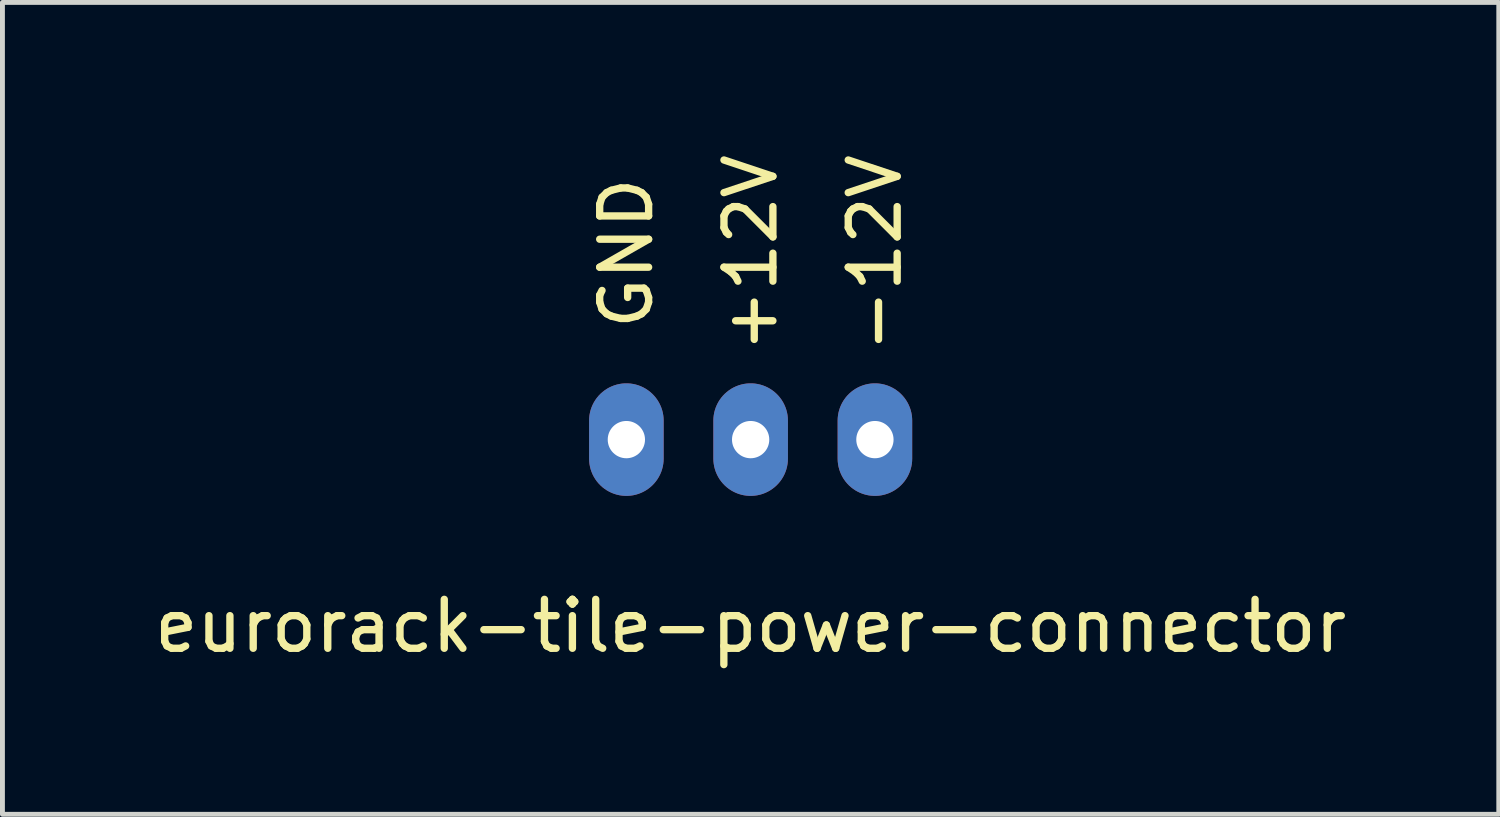
<source format=kicad_pcb>
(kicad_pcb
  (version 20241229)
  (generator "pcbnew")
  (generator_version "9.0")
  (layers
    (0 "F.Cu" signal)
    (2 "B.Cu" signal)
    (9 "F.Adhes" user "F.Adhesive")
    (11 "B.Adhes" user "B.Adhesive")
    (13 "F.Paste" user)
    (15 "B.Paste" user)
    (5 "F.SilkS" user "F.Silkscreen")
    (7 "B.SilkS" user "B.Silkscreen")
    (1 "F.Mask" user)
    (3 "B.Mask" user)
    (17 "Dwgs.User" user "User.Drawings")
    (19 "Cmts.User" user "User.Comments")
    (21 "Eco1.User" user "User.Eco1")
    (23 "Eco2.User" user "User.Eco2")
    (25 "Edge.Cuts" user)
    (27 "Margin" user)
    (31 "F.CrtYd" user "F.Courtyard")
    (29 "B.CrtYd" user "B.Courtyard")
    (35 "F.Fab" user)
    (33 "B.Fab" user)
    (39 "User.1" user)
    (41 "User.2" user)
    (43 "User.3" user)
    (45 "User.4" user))
  (footprint "eurorack-tile-power-connector"
    (layer "F.Cu")
    (at 12.292 5.935)
    (property "Reference" "eurorack-tile-power-connector" (at 0 3.81 0) (layer "F.SilkS") (effects (font (size 1 1) (thickness 0.15))))
    (attr through_hole)
    (fp_text user "-12V" (at 2.54 -3.81 90) (layer "F.SilkS") (effects (font (size 1 1) (thickness 0.15))))
    (fp_text user "GND" (at -2.54 -3.81 90) (layer "F.SilkS") (effects (font (size 1 1) (thickness 0.15))))
    (fp_text user "+12V" (at 0 -3.81 90) (layer "F.SilkS") (effects (font (size 1 1) (thickness 0.15))))
    (pad "1" thru_hole oval (at 2.54 0) (size 1.524 2.3) (drill 0.762) (layers "*.Cu" "*.Mask"))
    (pad "2" thru_hole oval (at 0 0) (size 1.524 2.3) (drill 0.762) (layers "*.Cu" "*.Mask"))
    (pad "3" thru_hole oval (at -2.54 0) (size 1.524 2.3) (drill 0.762) (layers "*.Cu" "*.Mask")))
  (gr_rect
    (start -3 -3)
    (end 27.583 13.593)
    (stroke (width 0.1) (type default))
    (fill no)
    (layer "Edge.Cuts")))
</source>
